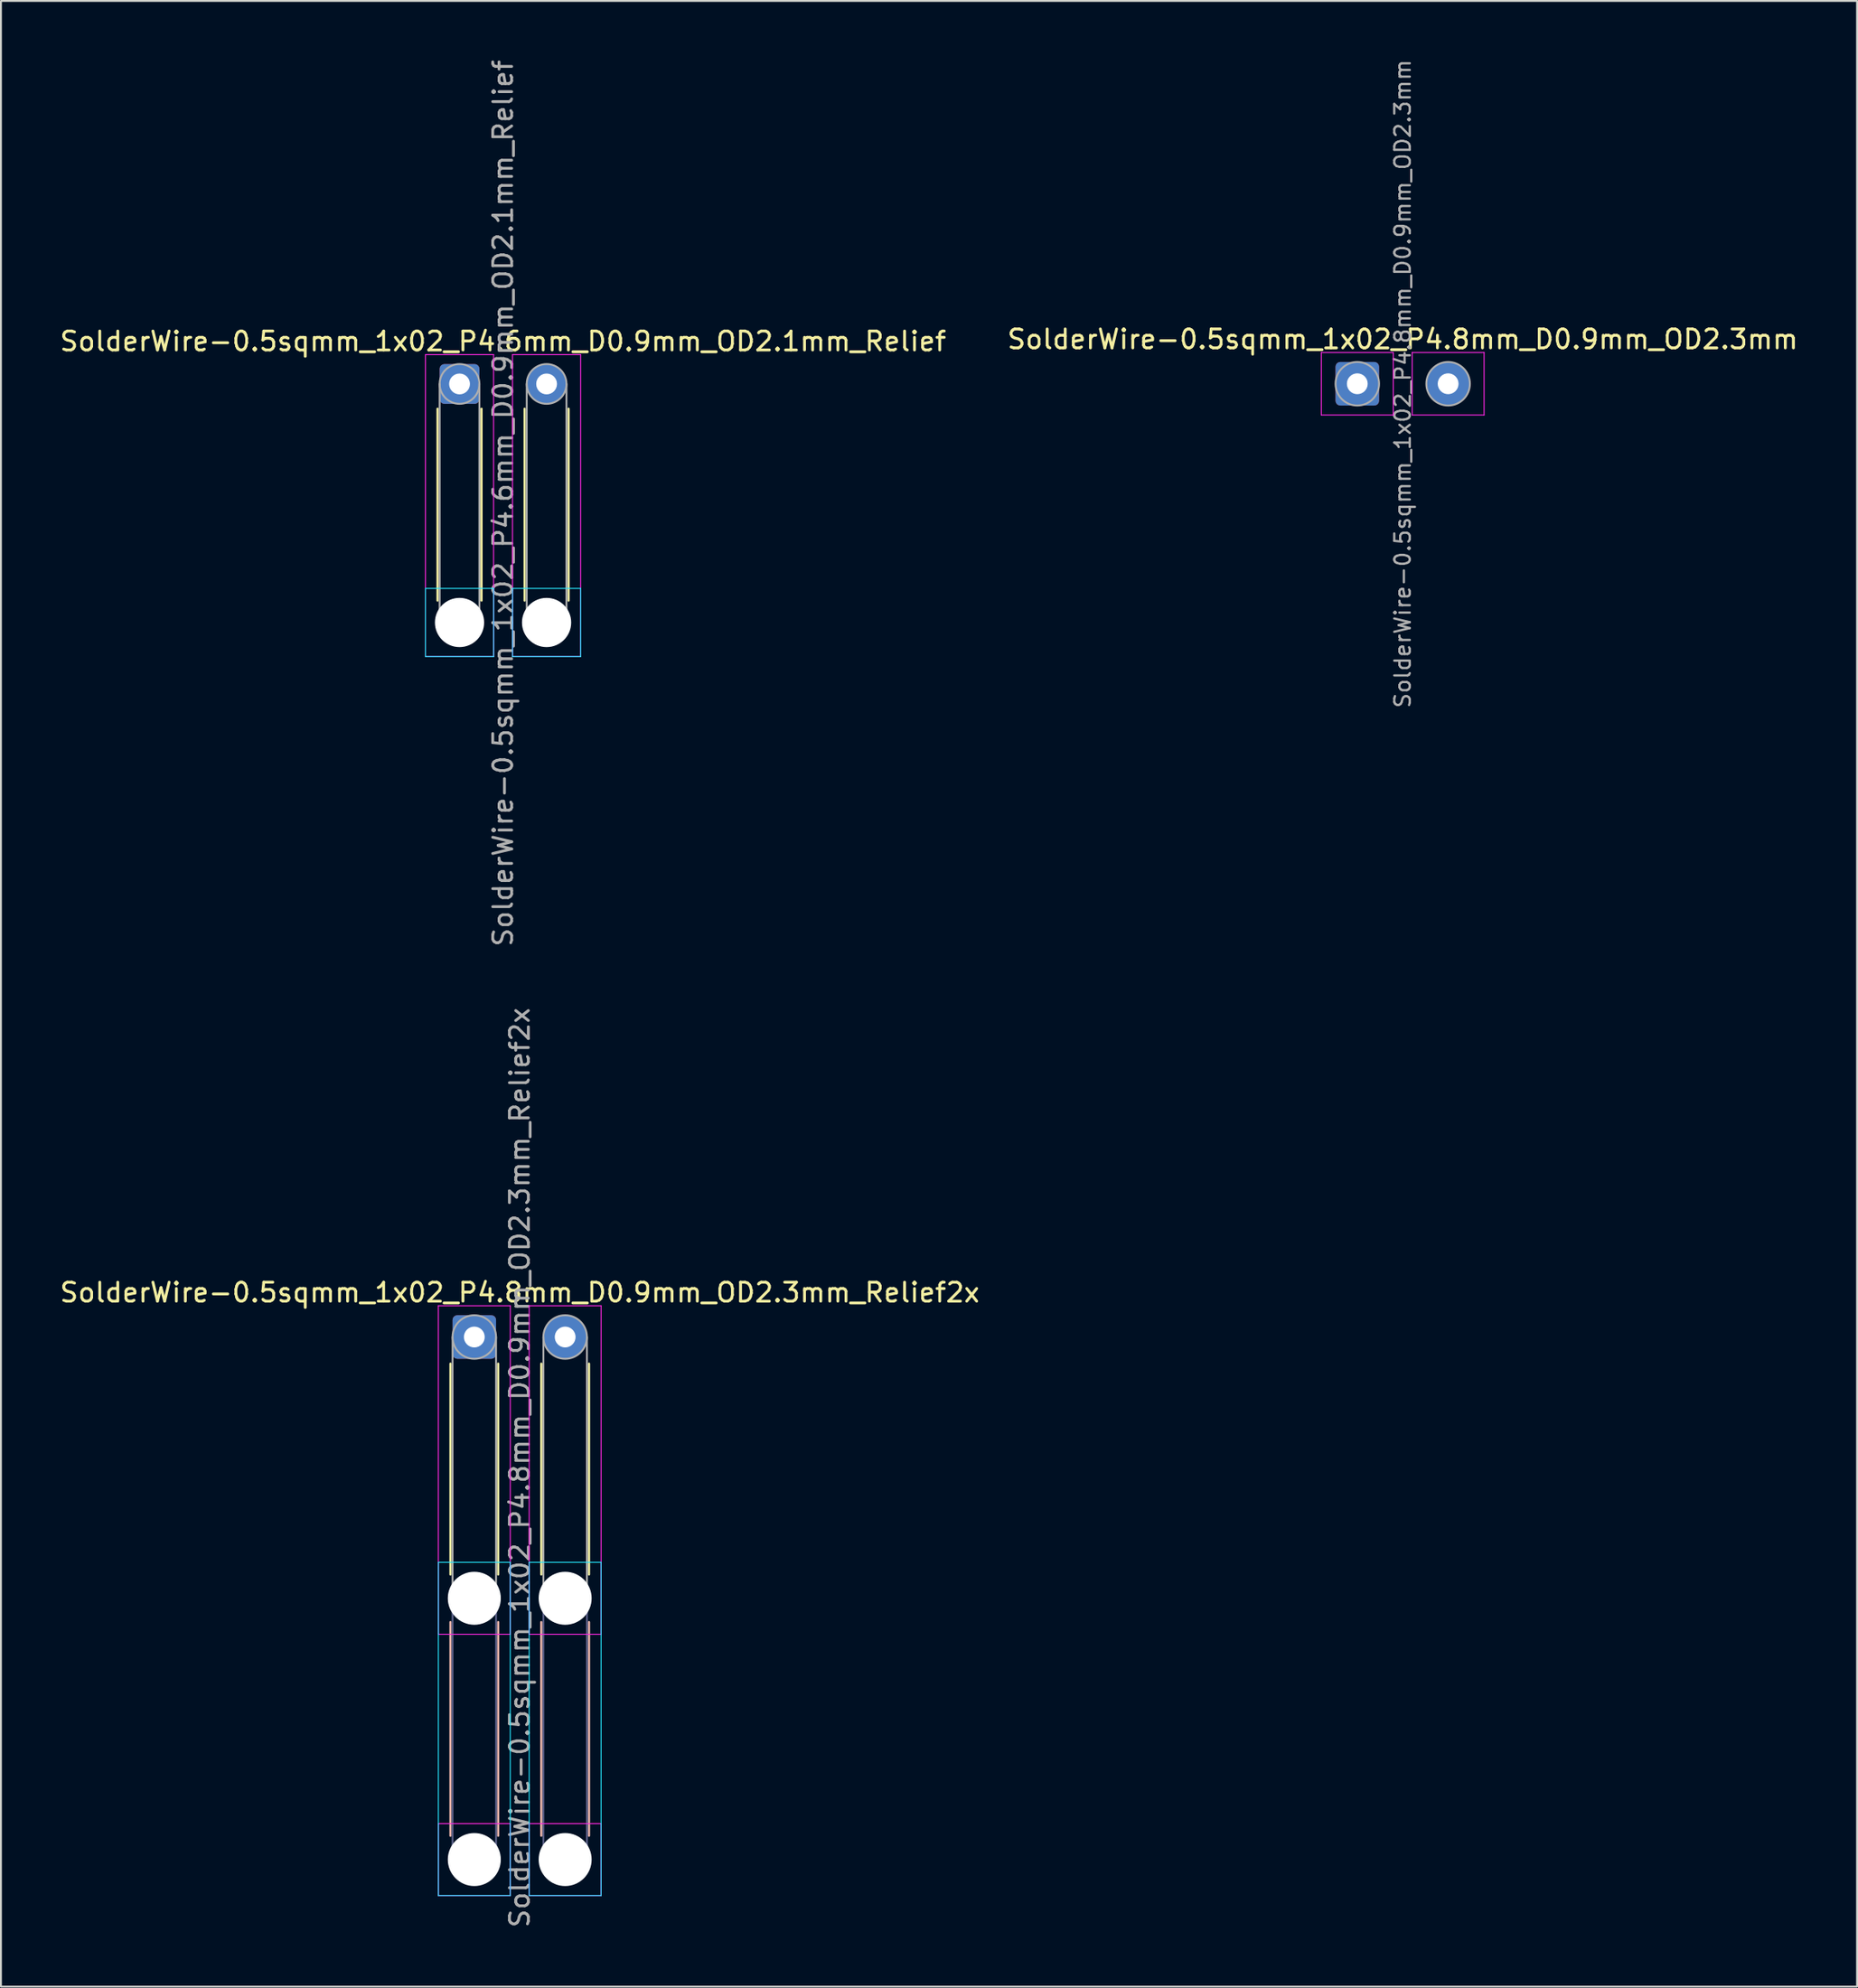
<source format=kicad_pcb>
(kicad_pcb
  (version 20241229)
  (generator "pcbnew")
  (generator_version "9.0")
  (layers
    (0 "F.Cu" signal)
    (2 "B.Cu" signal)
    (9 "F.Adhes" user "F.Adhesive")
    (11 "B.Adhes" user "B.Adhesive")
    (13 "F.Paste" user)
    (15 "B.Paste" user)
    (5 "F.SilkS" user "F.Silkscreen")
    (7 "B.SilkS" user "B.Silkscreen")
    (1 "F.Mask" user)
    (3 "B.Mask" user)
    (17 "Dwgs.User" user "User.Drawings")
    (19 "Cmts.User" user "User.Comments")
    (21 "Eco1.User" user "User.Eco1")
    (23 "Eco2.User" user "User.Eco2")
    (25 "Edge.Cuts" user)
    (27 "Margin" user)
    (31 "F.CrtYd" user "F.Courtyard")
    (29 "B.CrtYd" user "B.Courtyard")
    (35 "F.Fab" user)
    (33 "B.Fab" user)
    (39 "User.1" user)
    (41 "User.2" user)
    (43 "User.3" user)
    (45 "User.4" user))
  (footprint "SolderWire-0.5sqmm_1x02_P4.8mm_D0.9mm_OD2.3mm"
    (layer "F.Cu")
    (at 68.665 17.22)
    (property "Reference" "SolderWire-0.5sqmm_1x02_P4.8mm_D0.9mm_OD2.3mm" (at 2.4 -2.35 0) (layer "F.SilkS") (effects (font (size 1 1) (thickness 0.15))))
    (attr exclude_from_pos_files exclude_from_bom)
    (fp_line (start -1.9 -1.65) (end -1.9 1.65) (stroke (width 0.05) (type solid)) (layer "F.CrtYd"))
    (fp_line (start -1.9 1.65) (end 1.9 1.65) (stroke (width 0.05) (type solid)) (layer "F.CrtYd"))
    (fp_line (start 1.9 -1.65) (end -1.9 -1.65) (stroke (width 0.05) (type solid)) (layer "F.CrtYd"))
    (fp_line (start 1.9 1.65) (end 1.9 -1.65) (stroke (width 0.05) (type solid)) (layer "F.CrtYd"))
    (fp_line (start 2.9 -1.65) (end 2.9 1.65) (stroke (width 0.05) (type solid)) (layer "F.CrtYd"))
    (fp_line (start 2.9 1.65) (end 6.7 1.65) (stroke (width 0.05) (type solid)) (layer "F.CrtYd"))
    (fp_line (start 6.7 -1.65) (end 2.9 -1.65) (stroke (width 0.05) (type solid)) (layer "F.CrtYd"))
    (fp_line (start 6.7 1.65) (end 6.7 -1.65) (stroke (width 0.05) (type solid)) (layer "F.CrtYd"))
    (fp_circle (center 0 0) (end 1.15 0) (stroke (width 0.1) (type solid)) (fill no) (layer "F.Fab"))
    (fp_circle (center 4.8 0) (end 5.95 0) (stroke (width 0.1) (type solid)) (fill no) (layer "F.Fab"))
    (fp_text user "${REFERENCE}" (at 2.4 0 90) (layer "F.Fab") (effects (font (size 0.82 0.82) (thickness 0.12))))
    (pad "1" thru_hole roundrect (at 0 0) (size 2.3 2.3) (drill 1.1) (layers "*.Cu" "*.Mask") (roundrect_rratio 0.109))
    (pad "2" thru_hole circle (at 4.8 0) (size 2.3 2.3) (drill 1.1) (layers "*.Cu" "*.Mask")))
  (footprint "SolderWire-0.5sqmm_1x02_P4.6mm_D0.9mm_OD2.1mm_Relief"
    (layer "F.Cu")
    (at 21.23 17.23)
    (property "Reference" "SolderWire-0.5sqmm_1x02_P4.6mm_D0.9mm_OD2.1mm_Relief" (at 2.3 -2.25 0) (layer "F.SilkS") (effects (font (size 1 1) (thickness 0.15))))
    (attr exclude_from_pos_files exclude_from_bom)
    (fp_line (start -1.16 1.31) (end -1.16 11.44) (stroke (width 0.12) (type solid)) (layer "F.SilkS"))
    (fp_line (start 1.16 1.31) (end 1.16 11.44) (stroke (width 0.12) (type solid)) (layer "F.SilkS"))
    (fp_line (start 3.44 1.31) (end 3.44 11.44) (stroke (width 0.12) (type solid)) (layer "F.SilkS"))
    (fp_line (start 5.76 1.31) (end 5.76 11.44) (stroke (width 0.12) (type solid)) (layer "F.SilkS"))
    (fp_line (start -1.8 10.8) (end -1.8 14.4) (stroke (width 0.05) (type solid)) (layer "B.CrtYd"))
    (fp_line (start -1.8 14.4) (end 1.8 14.4) (stroke (width 0.05) (type solid)) (layer "B.CrtYd"))
    (fp_line (start 1.8 10.8) (end -1.8 10.8) (stroke (width 0.05) (type solid)) (layer "B.CrtYd"))
    (fp_line (start 1.8 14.4) (end 1.8 10.8) (stroke (width 0.05) (type solid)) (layer "B.CrtYd"))
    (fp_line (start 2.8 10.8) (end 2.8 14.4) (stroke (width 0.05) (type solid)) (layer "B.CrtYd"))
    (fp_line (start 2.8 14.4) (end 6.4 14.4) (stroke (width 0.05) (type solid)) (layer "B.CrtYd"))
    (fp_line (start 6.4 10.8) (end 2.8 10.8) (stroke (width 0.05) (type solid)) (layer "B.CrtYd"))
    (fp_line (start 6.4 14.4) (end 6.4 10.8) (stroke (width 0.05) (type solid)) (layer "B.CrtYd"))
    (fp_line (start -1.8 -1.55) (end -1.8 14.4) (stroke (width 0.05) (type solid)) (layer "F.CrtYd"))
    (fp_line (start -1.8 14.4) (end 1.8 14.4) (stroke (width 0.05) (type solid)) (layer "F.CrtYd"))
    (fp_line (start 1.8 -1.55) (end -1.8 -1.55) (stroke (width 0.05) (type solid)) (layer "F.CrtYd"))
    (fp_line (start 1.8 14.4) (end 1.8 -1.55) (stroke (width 0.05) (type solid)) (layer "F.CrtYd"))
    (fp_line (start 2.8 -1.55) (end 2.8 14.4) (stroke (width 0.05) (type solid)) (layer "F.CrtYd"))
    (fp_line (start 2.8 14.4) (end 6.4 14.4) (stroke (width 0.05) (type solid)) (layer "F.CrtYd"))
    (fp_line (start 6.4 -1.55) (end 2.8 -1.55) (stroke (width 0.05) (type solid)) (layer "F.CrtYd"))
    (fp_line (start 6.4 14.4) (end 6.4 -1.55) (stroke (width 0.05) (type solid)) (layer "F.CrtYd"))
    (fp_line (start -1.05 0) (end -1.05 12.6) (stroke (width 0.1) (type solid)) (layer "F.Fab"))
    (fp_line (start 1.05 0) (end 1.05 12.6) (stroke (width 0.1) (type solid)) (layer "F.Fab"))
    (fp_line (start 3.55 0) (end 3.55 12.6) (stroke (width 0.1) (type solid)) (layer "F.Fab"))
    (fp_line (start 5.65 0) (end 5.65 12.6) (stroke (width 0.1) (type solid)) (layer "F.Fab"))
    (fp_circle (center 0 0) (end 1.05 0) (stroke (width 0.1) (type solid)) (fill no) (layer "F.Fab"))
    (fp_circle (center 0 12.6) (end 1.05 12.6) (stroke (width 0.1) (type solid)) (fill no) (layer "F.Fab"))
    (fp_circle (center 4.6 0) (end 5.65 0) (stroke (width 0.1) (type solid)) (fill no) (layer "F.Fab"))
    (fp_circle (center 4.6 12.6) (end 5.65 12.6) (stroke (width 0.1) (type solid)) (fill no) (layer "F.Fab"))
    (fp_text user "${REFERENCE}" (at 2.3 6.3 90) (layer "F.Fab") (effects (font (size 1 1) (thickness 0.15))))
    (pad "" np_thru_hole circle (at 0 12.6) (size 2.6 2.6) (drill 2.6) (layers "*.Cu" "*.Mask"))
    (pad "" np_thru_hole circle (at 4.6 12.6) (size 2.6 2.6) (drill 2.6) (layers "*.Cu" "*.Mask"))
    (pad "1" thru_hole roundrect (at 0 0) (size 2.1 2.1) (drill 1.1) (layers "*.Cu" "*.Mask") (roundrect_rratio 0.119))
    (pad "2" thru_hole circle (at 4.6 0) (size 2.1 2.1) (drill 1.1) (layers "*.Cu" "*.Mask")))
  (footprint "SolderWire-0.5sqmm_1x02_P4.8mm_D0.9mm_OD2.3mm_Relief2x"
    (layer "F.Cu")
    (at 22.011 67.57)
    (property "Reference" "SolderWire-0.5sqmm_1x02_P4.8mm_D0.9mm_OD2.3mm_Relief2x" (at 2.4 -2.35 0) (layer "F.SilkS") (effects (font (size 1 1) (thickness 0.15))))
    (attr exclude_from_pos_files exclude_from_bom)
    (fp_line (start -1.26 1.41) (end -1.26 12.54) (stroke (width 0.12) (type solid)) (layer "F.SilkS"))
    (fp_line (start 1.26 1.41) (end 1.26 12.54) (stroke (width 0.12) (type solid)) (layer "F.SilkS"))
    (fp_line (start 3.54 1.41) (end 3.54 12.54) (stroke (width 0.12) (type solid)) (layer "F.SilkS"))
    (fp_line (start 6.06 1.41) (end 6.06 12.54) (stroke (width 0.12) (type solid)) (layer "F.SilkS"))
    (fp_line (start -1.26 15.06) (end -1.26 26.34) (stroke (width 0.12) (type solid)) (layer "B.SilkS"))
    (fp_line (start 1.26 15.06) (end 1.26 26.34) (stroke (width 0.12) (type solid)) (layer "B.SilkS"))
    (fp_line (start 3.54 15.06) (end 3.54 26.34) (stroke (width 0.12) (type solid)) (layer "B.SilkS"))
    (fp_line (start 6.06 15.06) (end 6.06 26.34) (stroke (width 0.12) (type solid)) (layer "B.SilkS"))
    (fp_line (start -1.9 11.9) (end -1.9 29.5) (stroke (width 0.05) (type solid)) (layer "B.CrtYd"))
    (fp_line (start -1.9 29.5) (end 1.9 29.5) (stroke (width 0.05) (type solid)) (layer "B.CrtYd"))
    (fp_line (start 1.9 11.9) (end -1.9 11.9) (stroke (width 0.05) (type solid)) (layer "B.CrtYd"))
    (fp_line (start 1.9 29.5) (end 1.9 11.9) (stroke (width 0.05) (type solid)) (layer "B.CrtYd"))
    (fp_line (start 2.9 11.9) (end 2.9 29.5) (stroke (width 0.05) (type solid)) (layer "B.CrtYd"))
    (fp_line (start 2.9 29.5) (end 6.7 29.5) (stroke (width 0.05) (type solid)) (layer "B.CrtYd"))
    (fp_line (start 6.7 11.9) (end 2.9 11.9) (stroke (width 0.05) (type solid)) (layer "B.CrtYd"))
    (fp_line (start 6.7 29.5) (end 6.7 11.9) (stroke (width 0.05) (type solid)) (layer "B.CrtYd"))
    (fp_line (start -1.9 -1.65) (end -1.9 15.7) (stroke (width 0.05) (type solid)) (layer "F.CrtYd"))
    (fp_line (start -1.9 15.7) (end 1.9 15.7) (stroke (width 0.05) (type solid)) (layer "F.CrtYd"))
    (fp_line (start -1.9 25.7) (end -1.9 29.5) (stroke (width 0.05) (type solid)) (layer "F.CrtYd"))
    (fp_line (start -1.9 29.5) (end 1.9 29.5) (stroke (width 0.05) (type solid)) (layer "F.CrtYd"))
    (fp_line (start 1.9 -1.65) (end -1.9 -1.65) (stroke (width 0.05) (type solid)) (layer "F.CrtYd"))
    (fp_line (start 1.9 15.7) (end 1.9 -1.65) (stroke (width 0.05) (type solid)) (layer "F.CrtYd"))
    (fp_line (start 1.9 25.7) (end -1.9 25.7) (stroke (width 0.05) (type solid)) (layer "F.CrtYd"))
    (fp_line (start 1.9 29.5) (end 1.9 25.7) (stroke (width 0.05) (type solid)) (layer "F.CrtYd"))
    (fp_line (start 2.9 -1.65) (end 2.9 15.7) (stroke (width 0.05) (type solid)) (layer "F.CrtYd"))
    (fp_line (start 2.9 15.7) (end 6.7 15.7) (stroke (width 0.05) (type solid)) (layer "F.CrtYd"))
    (fp_line (start 2.9 25.7) (end 2.9 29.5) (stroke (width 0.05) (type solid)) (layer "F.CrtYd"))
    (fp_line (start 2.9 29.5) (end 6.7 29.5) (stroke (width 0.05) (type solid)) (layer "F.CrtYd"))
    (fp_line (start 6.7 -1.65) (end 2.9 -1.65) (stroke (width 0.05) (type solid)) (layer "F.CrtYd"))
    (fp_line (start 6.7 15.7) (end 6.7 -1.65) (stroke (width 0.05) (type solid)) (layer "F.CrtYd"))
    (fp_line (start 6.7 25.7) (end 2.9 25.7) (stroke (width 0.05) (type solid)) (layer "F.CrtYd"))
    (fp_line (start 6.7 29.5) (end 6.7 25.7) (stroke (width 0.05) (type solid)) (layer "F.CrtYd"))
    (fp_line (start -1.15 13.8) (end -1.15 27.6) (stroke (width 0.1) (type solid)) (layer "B.Fab"))
    (fp_line (start 1.15 13.8) (end 1.15 27.6) (stroke (width 0.1) (type solid)) (layer "B.Fab"))
    (fp_line (start 3.65 13.8) (end 3.65 27.6) (stroke (width 0.1) (type solid)) (layer "B.Fab"))
    (fp_line (start 5.95 13.8) (end 5.95 27.6) (stroke (width 0.1) (type solid)) (layer "B.Fab"))
    (fp_circle (center 0 13.8) (end 1.15 13.8) (stroke (width 0.1) (type solid)) (fill no) (layer "B.Fab"))
    (fp_circle (center 0 27.6) (end 1.15 27.6) (stroke (width 0.1) (type solid)) (fill no) (layer "B.Fab"))
    (fp_circle (center 4.8 13.8) (end 5.95 13.8) (stroke (width 0.1) (type solid)) (fill no) (layer "B.Fab"))
    (fp_circle (center 4.8 27.6) (end 5.95 27.6) (stroke (width 0.1) (type solid)) (fill no) (layer "B.Fab"))
    (fp_line (start -1.15 0) (end -1.15 13.8) (stroke (width 0.1) (type solid)) (layer "F.Fab"))
    (fp_line (start 1.15 0) (end 1.15 13.8) (stroke (width 0.1) (type solid)) (layer "F.Fab"))
    (fp_line (start 3.65 0) (end 3.65 13.8) (stroke (width 0.1) (type solid)) (layer "F.Fab"))
    (fp_line (start 5.95 0) (end 5.95 13.8) (stroke (width 0.1) (type solid)) (layer "F.Fab"))
    (fp_circle (center 0 0) (end 1.15 0) (stroke (width 0.1) (type solid)) (fill no) (layer "F.Fab"))
    (fp_circle (center 0 13.8) (end 1.15 13.8) (stroke (width 0.1) (type solid)) (fill no) (layer "F.Fab"))
    (fp_circle (center 0 27.6) (end 1.15 27.6) (stroke (width 0.1) (type solid)) (fill no) (layer "F.Fab"))
    (fp_circle (center 4.8 0) (end 5.95 0) (stroke (width 0.1) (type solid)) (fill no) (layer "F.Fab"))
    (fp_circle (center 4.8 13.8) (end 5.95 13.8) (stroke (width 0.1) (type solid)) (fill no) (layer "F.Fab"))
    (fp_circle (center 4.8 27.6) (end 5.95 27.6) (stroke (width 0.1) (type solid)) (fill no) (layer "F.Fab"))
    (fp_text user "${REFERENCE}" (at 2.4 6.9 90) (layer "F.Fab") (effects (font (size 1 1) (thickness 0.15))))
    (pad "" np_thru_hole circle (at 0 13.8) (size 2.8 2.8) (drill 2.8) (layers "*.Cu" "*.Mask"))
    (pad "" np_thru_hole circle (at 0 27.6) (size 2.8 2.8) (drill 2.8) (layers "*.Cu" "*.Mask"))
    (pad "" np_thru_hole circle (at 4.8 13.8) (size 2.8 2.8) (drill 2.8) (layers "*.Cu" "*.Mask"))
    (pad "" np_thru_hole circle (at 4.8 27.6) (size 2.8 2.8) (drill 2.8) (layers "*.Cu" "*.Mask"))
    (pad "1" thru_hole roundrect (at 0 0) (size 2.3 2.3) (drill 1.1) (layers "*.Cu" "*.Mask") (roundrect_rratio 0.109))
    (pad "2" thru_hole circle (at 4.8 0) (size 2.3 2.3) (drill 1.1) (layers "*.Cu" "*.Mask")))
  (gr_rect
    (start -3 -3)
    (end 95.071 101.881)
    (stroke (width 0.1) (type default))
    (fill no)
    (layer "Edge.Cuts")))
</source>
